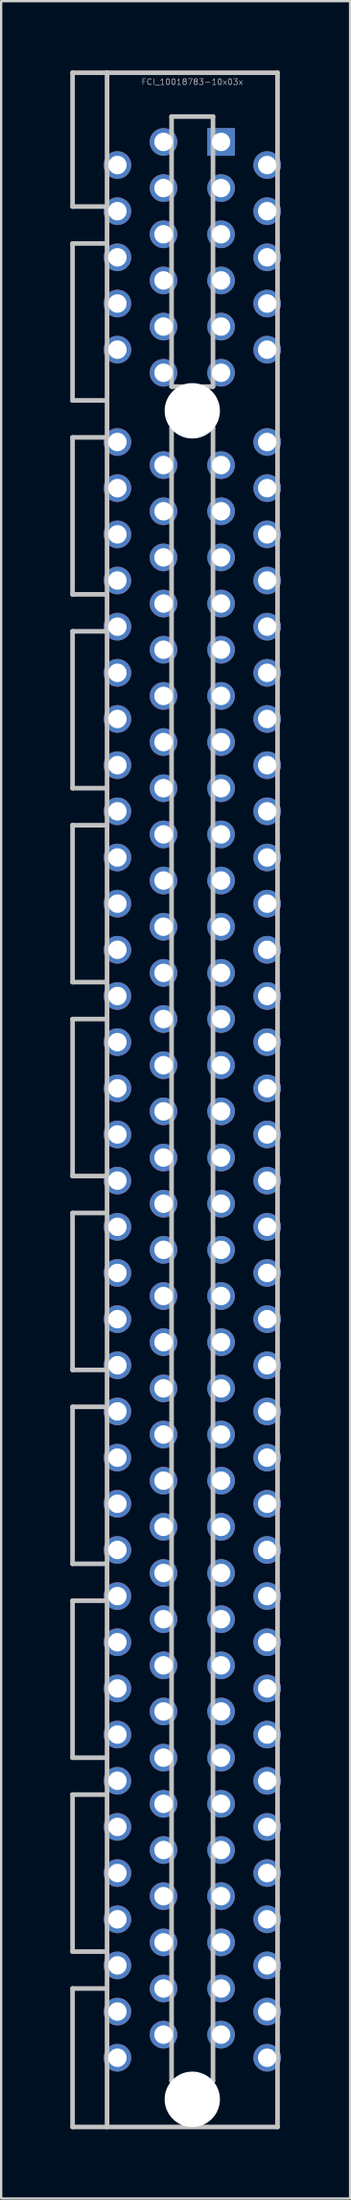
<source format=kicad_pcb>
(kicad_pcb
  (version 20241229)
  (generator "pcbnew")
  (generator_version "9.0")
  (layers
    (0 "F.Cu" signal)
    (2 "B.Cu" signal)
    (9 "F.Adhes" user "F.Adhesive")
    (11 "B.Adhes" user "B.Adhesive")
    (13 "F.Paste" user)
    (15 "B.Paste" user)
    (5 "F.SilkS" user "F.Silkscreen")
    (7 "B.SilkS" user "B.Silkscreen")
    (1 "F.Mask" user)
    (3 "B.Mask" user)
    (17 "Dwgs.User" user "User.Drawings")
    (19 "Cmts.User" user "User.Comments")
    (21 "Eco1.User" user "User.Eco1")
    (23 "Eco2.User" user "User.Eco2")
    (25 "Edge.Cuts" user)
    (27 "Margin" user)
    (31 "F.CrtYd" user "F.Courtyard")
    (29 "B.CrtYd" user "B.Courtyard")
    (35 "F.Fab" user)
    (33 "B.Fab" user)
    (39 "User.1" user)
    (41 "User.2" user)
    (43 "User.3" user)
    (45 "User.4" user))
  (footprint "FCI_10018783-10x03x"
    (layer "F.Cu")
    (at 5.299 12.599)
    (property "Reference" "FCI_10018783-10x03x" (at 0 -12.1 180) (layer "Dwgs.User") (effects (font (size 0.254 0.254) (thickness 0.025))))
    (attr through_hole)
    (fp_line (start -5.199 -6.701) (end -5.199 -12.499) (stroke (width 0.2) (type solid)) (layer "Dwgs.User"))
    (fp_line (start -5.199 -6.701) (end -3.701 -6.701) (stroke (width 0.2) (type solid)) (layer "Dwgs.User"))
    (fp_line (start -5.199 -5.098) (end -5.199 1.702) (stroke (width 0.2) (type solid)) (layer "Dwgs.User"))
    (fp_line (start -5.199 1.699) (end -3.701 1.699) (stroke (width 0.2) (type solid)) (layer "Dwgs.User"))
    (fp_line (start -5.199 3.302) (end -5.199 10.102) (stroke (width 0.2) (type solid)) (layer "Dwgs.User"))
    (fp_line (start -5.199 10.102) (end -3.701 10.102) (stroke (width 0.2) (type solid)) (layer "Dwgs.User"))
    (fp_line (start -5.199 11.702) (end -5.199 18.501) (stroke (width 0.2) (type solid)) (layer "Dwgs.User"))
    (fp_line (start -5.199 11.702) (end -3.701 11.702) (stroke (width 0.2) (type solid)) (layer "Dwgs.User"))
    (fp_line (start -5.199 18.499) (end -3.701 18.499) (stroke (width 0.2) (type solid)) (layer "Dwgs.User"))
    (fp_line (start -5.199 20.102) (end -5.199 26.901) (stroke (width 0.2) (type solid)) (layer "Dwgs.User"))
    (fp_line (start -5.199 26.901) (end -3.701 26.901) (stroke (width 0.2) (type solid)) (layer "Dwgs.User"))
    (fp_line (start -5.199 35.301) (end -3.701 35.301) (stroke (width 0.2) (type solid)) (layer "Dwgs.User"))
    (fp_line (start -5.199 36.901) (end -5.199 43.701) (stroke (width 0.2) (type solid)) (layer "Dwgs.User"))
    (fp_line (start -5.199 36.901) (end -3.701 36.901) (stroke (width 0.2) (type solid)) (layer "Dwgs.User"))
    (fp_line (start -5.199 43.701) (end -3.701 43.701) (stroke (width 0.2) (type solid)) (layer "Dwgs.User"))
    (fp_line (start -5.199 45.301) (end -3.701 45.301) (stroke (width 0.2) (type solid)) (layer "Dwgs.User"))
    (fp_line (start -5.199 52.1) (end -5.199 45.301) (stroke (width 0.2) (type solid)) (layer "Dwgs.User"))
    (fp_line (start -5.199 52.1) (end -3.701 52.1) (stroke (width 0.2) (type solid)) (layer "Dwgs.User"))
    (fp_line (start -5.199 53.701) (end -5.199 60.5) (stroke (width 0.2) (type solid)) (layer "Dwgs.User"))
    (fp_line (start -5.199 53.701) (end -3.701 53.701) (stroke (width 0.2) (type solid)) (layer "Dwgs.User"))
    (fp_line (start -5.199 60.5) (end -3.701 60.5) (stroke (width 0.2) (type solid)) (layer "Dwgs.User"))
    (fp_line (start -5.199 62.1) (end -3.701 62.1) (stroke (width 0.2) (type solid)) (layer "Dwgs.User"))
    (fp_line (start -5.199 68.9) (end -5.199 62.1) (stroke (width 0.2) (type solid)) (layer "Dwgs.User"))
    (fp_line (start -5.199 68.9) (end -3.701 68.9) (stroke (width 0.2) (type solid)) (layer "Dwgs.User"))
    (fp_line (start -5.199 70.5) (end -3.701 70.5) (stroke (width 0.2) (type solid)) (layer "Dwgs.User"))
    (fp_line (start -5.199 76.5) (end -5.199 70.5) (stroke (width 0.2) (type solid)) (layer "Dwgs.User"))
    (fp_line (start -5.197 28.501) (end -5.197 35.301) (stroke (width 0.2) (type solid)) (layer "Dwgs.User"))
    (fp_line (start -3.701 -12.499) (end -5.199 -12.499) (stroke (width 0.2) (type solid)) (layer "Dwgs.User"))
    (fp_line (start -3.701 -12.499) (end -3.701 76.5) (stroke (width 0.2) (type solid)) (layer "Dwgs.User"))
    (fp_line (start -3.701 -5.1) (end -5.199 -5.1) (stroke (width 0.2) (type solid)) (layer "Dwgs.User"))
    (fp_line (start -3.701 3.299) (end -5.199 3.299) (stroke (width 0.2) (type solid)) (layer "Dwgs.User"))
    (fp_line (start -3.701 20.102) (end -5.199 20.102) (stroke (width 0.2) (type solid)) (layer "Dwgs.User"))
    (fp_line (start -3.701 28.499) (end -5.199 28.499) (stroke (width 0.2) (type solid)) (layer "Dwgs.User"))
    (fp_line (start -0.899 1.1) (end -0.899 -10.599) (stroke (width 0.2) (type solid)) (layer "Dwgs.User"))
    (fp_line (start -0.899 1.1) (end 0.899 1.1) (stroke (width 0.2) (type solid)) (layer "Dwgs.User"))
    (fp_line (start -0.899 2.901) (end -0.899 74.501) (stroke (width 0.2) (type solid)) (layer "Dwgs.User"))
    (fp_line (start -0.899 2.901) (end 0.899 2.901) (stroke (width 0.2) (type solid)) (layer "Dwgs.User"))
    (fp_line (start 0.899 -10.599) (end -0.899 -10.599) (stroke (width 0.2) (type solid)) (layer "Dwgs.User"))
    (fp_line (start 0.899 -10.599) (end 0.899 1.1) (stroke (width 0.2) (type solid)) (layer "Dwgs.User"))
    (fp_line (start 0.899 74.501) (end 0.899 2.901) (stroke (width 0.2) (type solid)) (layer "Dwgs.User"))
    (fp_line (start 0.899 74.503) (end -0.899 74.503) (stroke (width 0.2) (type solid)) (layer "Dwgs.User"))
    (fp_line (start 3.701 -12.499) (end -3.701 -12.499) (stroke (width 0.2) (type solid)) (layer "Dwgs.User"))
    (fp_line (start 3.701 76.5) (end -5.199 76.5) (stroke (width 0.2) (type solid)) (layer "Dwgs.User"))
    (fp_line (start 3.701 76.5) (end 3.701 -12.499) (stroke (width 0.2) (type solid)) (layer "Dwgs.User"))
    (pad "" np_thru_hole circle (at 0 2.149 270) (size 2.4 2.4) (drill 2.4) (layers "*.Cu" "*.Mask"))
    (pad "" np_thru_hole circle (at 0 75.301 270) (size 2.4 2.4) (drill 2.4) (layers "*.Cu" "*.Mask"))
    (pad "A1" thru_hole rect (at 1.25 -9.5) (size 1.199 1.199) (drill 0.8) (layers "*.Cu" "*.Mask"))
    (pad "A2" thru_hole circle (at 3.251 -8.499 270) (size 1.199 1.199) (drill 0.8) (layers "*.Cu" "*.Mask"))
    (pad "A3" thru_hole circle (at 1.25 -7.501 270) (size 1.199 1.199) (drill 0.8) (layers "*.Cu" "*.Mask"))
    (pad "A4" thru_hole circle (at 3.251 -6.5 270) (size 1.199 1.199) (drill 0.8) (layers "*.Cu" "*.Mask"))
    (pad "A5" thru_hole circle (at 1.25 -5.499 270) (size 1.199 1.199) (drill 0.8) (layers "*.Cu" "*.Mask"))
    (pad "A6" thru_hole circle (at 3.251 -4.501 270) (size 1.199 1.199) (drill 0.8) (layers "*.Cu" "*.Mask"))
    (pad "A7" thru_hole circle (at 1.25 -3.5 270) (size 1.199 1.199) (drill 0.8) (layers "*.Cu" "*.Mask"))
    (pad "A8" thru_hole circle (at 3.251 -2.499 270) (size 1.199 1.199) (drill 0.8) (layers "*.Cu" "*.Mask"))
    (pad "A9" thru_hole circle (at 1.25 -1.501 270) (size 1.199 1.199) (drill 0.8) (layers "*.Cu" "*.Mask"))
    (pad "A10" thru_hole circle (at 3.251 -0.5 270) (size 1.199 1.199) (drill 0.8) (layers "*.Cu" "*.Mask"))
    (pad "A11" thru_hole circle (at 1.25 0.5 270) (size 1.199 1.199) (drill 0.8) (layers "*.Cu" "*.Mask"))
    (pad "A12" thru_hole circle (at 3.251 3.5 270) (size 1.199 1.199) (drill 0.8) (layers "*.Cu" "*.Mask"))
    (pad "A13" thru_hole circle (at 1.25 4.501 270) (size 1.199 1.199) (drill 0.8) (layers "*.Cu" "*.Mask"))
    (pad "A14" thru_hole circle (at 3.251 5.499 270) (size 1.199 1.199) (drill 0.8) (layers "*.Cu" "*.Mask"))
    (pad "A15" thru_hole circle (at 1.25 6.5 270) (size 1.199 1.199) (drill 0.8) (layers "*.Cu" "*.Mask"))
    (pad "A16" thru_hole circle (at 3.251 7.501 270) (size 1.199 1.199) (drill 0.8) (layers "*.Cu" "*.Mask"))
    (pad "A17" thru_hole circle (at 1.25 8.499 270) (size 1.199 1.199) (drill 0.8) (layers "*.Cu" "*.Mask"))
    (pad "A18" thru_hole circle (at 3.251 9.5 270) (size 1.199 1.199) (drill 0.8) (layers "*.Cu" "*.Mask"))
    (pad "A19" thru_hole circle (at 1.25 10.5 270) (size 1.199 1.199) (drill 0.8) (layers "*.Cu" "*.Mask"))
    (pad "A20" thru_hole circle (at 3.251 11.501 270) (size 1.199 1.199) (drill 0.8) (layers "*.Cu" "*.Mask"))
    (pad "A21" thru_hole circle (at 1.25 12.499 270) (size 1.199 1.199) (drill 0.8) (layers "*.Cu" "*.Mask"))
    (pad "A22" thru_hole circle (at 3.251 13.5 270) (size 1.199 1.199) (drill 0.8) (layers "*.Cu" "*.Mask"))
    (pad "A23" thru_hole circle (at 1.25 14.501 270) (size 1.199 1.199) (drill 0.8) (layers "*.Cu" "*.Mask"))
    (pad "A24" thru_hole circle (at 3.251 15.499 270) (size 1.199 1.199) (drill 0.8) (layers "*.Cu" "*.Mask"))
    (pad "A25" thru_hole circle (at 1.25 16.5 270) (size 1.199 1.199) (drill 0.8) (layers "*.Cu" "*.Mask"))
    (pad "A26" thru_hole circle (at 3.251 17.501 270) (size 1.199 1.199) (drill 0.8) (layers "*.Cu" "*.Mask"))
    (pad "A27" thru_hole circle (at 1.25 18.499 270) (size 1.199 1.199) (drill 0.8) (layers "*.Cu" "*.Mask"))
    (pad "A28" thru_hole circle (at 3.251 19.5 270) (size 1.199 1.199) (drill 0.8) (layers "*.Cu" "*.Mask"))
    (pad "A29" thru_hole circle (at 1.25 20.5 270) (size 1.199 1.199) (drill 0.8) (layers "*.Cu" "*.Mask"))
    (pad "A30" thru_hole circle (at 3.251 21.501 270) (size 1.199 1.199) (drill 0.8) (layers "*.Cu" "*.Mask"))
    (pad "A31" thru_hole circle (at 1.25 22.499 270) (size 1.199 1.199) (drill 0.8) (layers "*.Cu" "*.Mask"))
    (pad "A32" thru_hole circle (at 3.251 23.5 270) (size 1.199 1.199) (drill 0.8) (layers "*.Cu" "*.Mask"))
    (pad "A33" thru_hole circle (at 1.25 24.501 270) (size 1.199 1.199) (drill 0.8) (layers "*.Cu" "*.Mask"))
    (pad "A34" thru_hole circle (at 3.251 25.499 270) (size 1.199 1.199) (drill 0.8) (layers "*.Cu" "*.Mask"))
    (pad "A35" thru_hole circle (at 1.25 26.5 270) (size 1.199 1.199) (drill 0.8) (layers "*.Cu" "*.Mask"))
    (pad "A36" thru_hole circle (at 3.251 27.501 270) (size 1.199 1.199) (drill 0.8) (layers "*.Cu" "*.Mask"))
    (pad "A37" thru_hole circle (at 1.25 28.499 270) (size 1.199 1.199) (drill 0.8) (layers "*.Cu" "*.Mask"))
    (pad "A38" thru_hole circle (at 3.251 29.5 270) (size 1.199 1.199) (drill 0.8) (layers "*.Cu" "*.Mask"))
    (pad "A39" thru_hole circle (at 1.25 30.5 270) (size 1.199 1.199) (drill 0.8) (layers "*.Cu" "*.Mask"))
    (pad "A40" thru_hole circle (at 3.251 31.501 270) (size 1.199 1.199) (drill 0.8) (layers "*.Cu" "*.Mask"))
    (pad "A41" thru_hole circle (at 1.25 32.499 270) (size 1.199 1.199) (drill 0.8) (layers "*.Cu" "*.Mask"))
    (pad "A42" thru_hole circle (at 3.251 33.5 270) (size 1.199 1.199) (drill 0.8) (layers "*.Cu" "*.Mask"))
    (pad "A43" thru_hole circle (at 1.25 34.501 270) (size 1.199 1.199) (drill 0.8) (layers "*.Cu" "*.Mask"))
    (pad "A44" thru_hole circle (at 3.251 35.499 270) (size 1.199 1.199) (drill 0.8) (layers "*.Cu" "*.Mask"))
    (pad "A45" thru_hole circle (at 1.25 36.5 270) (size 1.199 1.199) (drill 0.8) (layers "*.Cu" "*.Mask"))
    (pad "A46" thru_hole circle (at 3.251 37.501 270) (size 1.199 1.199) (drill 0.8) (layers "*.Cu" "*.Mask"))
    (pad "A47" thru_hole circle (at 1.25 38.499 270) (size 1.199 1.199) (drill 0.8) (layers "*.Cu" "*.Mask"))
    (pad "A48" thru_hole circle (at 3.251 39.5 270) (size 1.199 1.199) (drill 0.8) (layers "*.Cu" "*.Mask"))
    (pad "A49" thru_hole circle (at 1.25 40.5 270) (size 1.199 1.199) (drill 0.8) (layers "*.Cu" "*.Mask"))
    (pad "A50" thru_hole circle (at 3.251 41.501 270) (size 1.199 1.199) (drill 0.8) (layers "*.Cu" "*.Mask"))
    (pad "A51" thru_hole circle (at 1.25 42.499 270) (size 1.199 1.199) (drill 0.8) (layers "*.Cu" "*.Mask"))
    (pad "A52" thru_hole circle (at 3.251 43.5 270) (size 1.199 1.199) (drill 0.8) (layers "*.Cu" "*.Mask"))
    (pad "A53" thru_hole circle (at 1.25 44.501 270) (size 1.199 1.199) (drill 0.8) (layers "*.Cu" "*.Mask"))
    (pad "A54" thru_hole circle (at 3.251 45.499 270) (size 1.199 1.199) (drill 0.8) (layers "*.Cu" "*.Mask"))
    (pad "A55" thru_hole circle (at 1.25 46.5 270) (size 1.199 1.199) (drill 0.8) (layers "*.Cu" "*.Mask"))
    (pad "A56" thru_hole circle (at 3.251 47.501 270) (size 1.199 1.199) (drill 0.8) (layers "*.Cu" "*.Mask"))
    (pad "A57" thru_hole circle (at 1.25 48.499 270) (size 1.199 1.199) (drill 0.8) (layers "*.Cu" "*.Mask"))
    (pad "A58" thru_hole circle (at 3.251 49.5 270) (size 1.199 1.199) (drill 0.8) (layers "*.Cu" "*.Mask"))
    (pad "A59" thru_hole circle (at 1.25 50.5 270) (size 1.199 1.199) (drill 0.8) (layers "*.Cu" "*.Mask"))
    (pad "A60" thru_hole circle (at 3.251 51.501 270) (size 1.199 1.199) (drill 0.8) (layers "*.Cu" "*.Mask"))
    (pad "A61" thru_hole circle (at 1.25 52.499 270) (size 1.199 1.199) (drill 0.8) (layers "*.Cu" "*.Mask"))
    (pad "A62" thru_hole circle (at 3.251 53.5 270) (size 1.199 1.199) (drill 0.8) (layers "*.Cu" "*.Mask"))
    (pad "A63" thru_hole circle (at 1.25 54.501 270) (size 1.199 1.199) (drill 0.8) (layers "*.Cu" "*.Mask"))
    (pad "A64" thru_hole circle (at 3.251 55.499 270) (size 1.199 1.199) (drill 0.8) (layers "*.Cu" "*.Mask"))
    (pad "A65" thru_hole circle (at 1.25 56.5 270) (size 1.199 1.199) (drill 0.8) (layers "*.Cu" "*.Mask"))
    (pad "A66" thru_hole circle (at 3.251 57.501 270) (size 1.199 1.199) (drill 0.8) (layers "*.Cu" "*.Mask"))
    (pad "A67" thru_hole circle (at 1.25 58.499 270) (size 1.199 1.199) (drill 0.8) (layers "*.Cu" "*.Mask"))
    (pad "A68" thru_hole circle (at 3.251 59.499 270) (size 1.199 1.199) (drill 0.8) (layers "*.Cu" "*.Mask"))
    (pad "A69" thru_hole circle (at 1.25 60.5 270) (size 1.199 1.199) (drill 0.8) (layers "*.Cu" "*.Mask"))
    (pad "A70" thru_hole circle (at 3.251 61.501 270) (size 1.199 1.199) (drill 0.8) (layers "*.Cu" "*.Mask"))
    (pad "A71" thru_hole circle (at 1.25 62.499 270) (size 1.199 1.199) (drill 0.8) (layers "*.Cu" "*.Mask"))
    (pad "A72" thru_hole circle (at 3.251 63.5 270) (size 1.199 1.199) (drill 0.8) (layers "*.Cu" "*.Mask"))
    (pad "A73" thru_hole circle (at 1.25 64.501 270) (size 1.199 1.199) (drill 0.8) (layers "*.Cu" "*.Mask"))
    (pad "A74" thru_hole circle (at 3.251 65.499 270) (size 1.199 1.199) (drill 0.8) (layers "*.Cu" "*.Mask"))
    (pad "A75" thru_hole circle (at 1.25 66.5 270) (size 1.199 1.199) (drill 0.8) (layers "*.Cu" "*.Mask"))
    (pad "A76" thru_hole circle (at 3.251 67.501 270) (size 1.199 1.199) (drill 0.8) (layers "*.Cu" "*.Mask"))
    (pad "A77" thru_hole circle (at 1.25 68.501 270) (size 1.199 1.199) (drill 0.8) (layers "*.Cu" "*.Mask"))
    (pad "A78" thru_hole circle (at 3.251 69.499 270) (size 1.199 1.199) (drill 0.8) (layers "*.Cu" "*.Mask"))
    (pad "A79" thru_hole circle (at 1.25 70.5 270) (size 1.199 1.199) (drill 0.8) (layers "*.Cu" "*.Mask"))
    (pad "A80" thru_hole circle (at 3.251 71.501 270) (size 1.199 1.199) (drill 0.8) (layers "*.Cu" "*.Mask"))
    (pad "A81" thru_hole circle (at 1.25 72.499 270) (size 1.199 1.199) (drill 0.8) (layers "*.Cu" "*.Mask"))
    (pad "A82" thru_hole circle (at 3.251 73.5 270) (size 1.199 1.199) (drill 0.8) (layers "*.Cu" "*.Mask"))
    (pad "B1" thru_hole circle (at -1.25 -9.5 270) (size 1.199 1.199) (drill 0.8) (layers "*.Cu" "*.Mask"))
    (pad "B2" thru_hole circle (at -3.251 -8.499 270) (size 1.199 1.199) (drill 0.8) (layers "*.Cu" "*.Mask"))
    (pad "B3" thru_hole circle (at -1.25 -7.501 270) (size 1.199 1.199) (drill 0.8) (layers "*.Cu" "*.Mask"))
    (pad "B4" thru_hole circle (at -3.251 -6.5 270) (size 1.199 1.199) (drill 0.8) (layers "*.Cu" "*.Mask"))
    (pad "B5" thru_hole circle (at -1.25 -5.499 270) (size 1.199 1.199) (drill 0.8) (layers "*.Cu" "*.Mask"))
    (pad "B6" thru_hole circle (at -3.251 -4.501 270) (size 1.199 1.199) (drill 0.8) (layers "*.Cu" "*.Mask"))
    (pad "B7" thru_hole circle (at -1.25 -3.5 270) (size 1.199 1.199) (drill 0.8) (layers "*.Cu" "*.Mask"))
    (pad "B8" thru_hole circle (at -3.251 -2.499 270) (size 1.199 1.199) (drill 0.8) (layers "*.Cu" "*.Mask"))
    (pad "B9" thru_hole circle (at -1.25 -1.501 270) (size 1.199 1.199) (drill 0.8) (layers "*.Cu" "*.Mask"))
    (pad "B10" thru_hole circle (at -3.251 -0.5 270) (size 1.199 1.199) (drill 0.8) (layers "*.Cu" "*.Mask"))
    (pad "B11" thru_hole circle (at -1.25 0.5 270) (size 1.199 1.199) (drill 0.8) (layers "*.Cu" "*.Mask"))
    (pad "B12" thru_hole circle (at -3.251 3.5 270) (size 1.199 1.199) (drill 0.8) (layers "*.Cu" "*.Mask"))
    (pad "B13" thru_hole circle (at -1.25 4.501 270) (size 1.199 1.199) (drill 0.8) (layers "*.Cu" "*.Mask"))
    (pad "B14" thru_hole circle (at -3.251 5.499 270) (size 1.199 1.199) (drill 0.8) (layers "*.Cu" "*.Mask"))
    (pad "B15" thru_hole circle (at -1.25 6.5 270) (size 1.199 1.199) (drill 0.8) (layers "*.Cu" "*.Mask"))
    (pad "B16" thru_hole circle (at -3.251 7.501 270) (size 1.199 1.199) (drill 0.8) (layers "*.Cu" "*.Mask"))
    (pad "B17" thru_hole circle (at -1.25 8.499 270) (size 1.199 1.199) (drill 0.8) (layers "*.Cu" "*.Mask"))
    (pad "B18" thru_hole circle (at -3.251 9.5 270) (size 1.199 1.199) (drill 0.8) (layers "*.Cu" "*.Mask"))
    (pad "B19" thru_hole circle (at -1.25 10.5 270) (size 1.199 1.199) (drill 0.8) (layers "*.Cu" "*.Mask"))
    (pad "B20" thru_hole circle (at -3.251 11.501 270) (size 1.199 1.199) (drill 0.8) (layers "*.Cu" "*.Mask"))
    (pad "B21" thru_hole circle (at -1.25 12.499 270) (size 1.199 1.199) (drill 0.8) (layers "*.Cu" "*.Mask"))
    (pad "B22" thru_hole circle (at -3.251 13.5 270) (size 1.199 1.199) (drill 0.8) (layers "*.Cu" "*.Mask"))
    (pad "B23" thru_hole circle (at -1.25 14.501 270) (size 1.199 1.199) (drill 0.8) (layers "*.Cu" "*.Mask"))
    (pad "B24" thru_hole circle (at -3.251 15.499 270) (size 1.199 1.199) (drill 0.8) (layers "*.Cu" "*.Mask"))
    (pad "B25" thru_hole circle (at -1.25 16.5 270) (size 1.199 1.199) (drill 0.8) (layers "*.Cu" "*.Mask"))
    (pad "B26" thru_hole circle (at -3.251 17.501 270) (size 1.199 1.199) (drill 0.8) (layers "*.Cu" "*.Mask"))
    (pad "B27" thru_hole circle (at -1.25 18.499 270) (size 1.199 1.199) (drill 0.8) (layers "*.Cu" "*.Mask"))
    (pad "B28" thru_hole circle (at -3.251 19.5 270) (size 1.199 1.199) (drill 0.8) (layers "*.Cu" "*.Mask"))
    (pad "B29" thru_hole circle (at -1.25 20.5 270) (size 1.199 1.199) (drill 0.8) (layers "*.Cu" "*.Mask"))
    (pad "B30" thru_hole circle (at -3.251 21.501 270) (size 1.199 1.199) (drill 0.8) (layers "*.Cu" "*.Mask"))
    (pad "B31" thru_hole circle (at -1.25 22.499 270) (size 1.199 1.199) (drill 0.8) (layers "*.Cu" "*.Mask"))
    (pad "B32" thru_hole circle (at -3.251 23.5 270) (size 1.199 1.199) (drill 0.8) (layers "*.Cu" "*.Mask"))
    (pad "B33" thru_hole circle (at -1.25 24.501 270) (size 1.199 1.199) (drill 0.8) (layers "*.Cu" "*.Mask"))
    (pad "B34" thru_hole circle (at -3.251 25.499 270) (size 1.199 1.199) (drill 0.8) (layers "*.Cu" "*.Mask"))
    (pad "B35" thru_hole circle (at -1.25 26.5 270) (size 1.199 1.199) (drill 0.8) (layers "*.Cu" "*.Mask"))
    (pad "B36" thru_hole circle (at -3.251 27.501 270) (size 1.199 1.199) (drill 0.8) (layers "*.Cu" "*.Mask"))
    (pad "B37" thru_hole circle (at -1.25 28.499 270) (size 1.199 1.199) (drill 0.8) (layers "*.Cu" "*.Mask"))
    (pad "B38" thru_hole circle (at -3.251 29.5 270) (size 1.199 1.199) (drill 0.8) (layers "*.Cu" "*.Mask"))
    (pad "B39" thru_hole circle (at -1.25 30.5 270) (size 1.199 1.199) (drill 0.8) (layers "*.Cu" "*.Mask"))
    (pad "B40" thru_hole circle (at -3.251 31.501 270) (size 1.199 1.199) (drill 0.8) (layers "*.Cu" "*.Mask"))
    (pad "B41" thru_hole circle (at -1.25 32.499 270) (size 1.199 1.199) (drill 0.8) (layers "*.Cu" "*.Mask"))
    (pad "B42" thru_hole circle (at -3.251 33.5 270) (size 1.199 1.199) (drill 0.8) (layers "*.Cu" "*.Mask"))
    (pad "B43" thru_hole circle (at -1.25 34.501 270) (size 1.199 1.199) (drill 0.8) (layers "*.Cu" "*.Mask"))
    (pad "B44" thru_hole circle (at -3.251 35.499 270) (size 1.199 1.199) (drill 0.8) (layers "*.Cu" "*.Mask"))
    (pad "B45" thru_hole circle (at -1.25 36.5 270) (size 1.199 1.199) (drill 0.8) (layers "*.Cu" "*.Mask"))
    (pad "B46" thru_hole circle (at -3.251 37.501 270) (size 1.199 1.199) (drill 0.8) (layers "*.Cu" "*.Mask"))
    (pad "B47" thru_hole circle (at -1.25 38.499 270) (size 1.199 1.199) (drill 0.8) (layers "*.Cu" "*.Mask"))
    (pad "B48" thru_hole circle (at -3.251 39.5 270) (size 1.199 1.199) (drill 0.8) (layers "*.Cu" "*.Mask"))
    (pad "B49" thru_hole circle (at -1.25 40.5 270) (size 1.199 1.199) (drill 0.8) (layers "*.Cu" "*.Mask"))
    (pad "B50" thru_hole circle (at -3.251 41.501 270) (size 1.199 1.199) (drill 0.8) (layers "*.Cu" "*.Mask"))
    (pad "B51" thru_hole circle (at -1.25 42.499 270) (size 1.199 1.199) (drill 0.8) (layers "*.Cu" "*.Mask"))
    (pad "B52" thru_hole circle (at -3.251 43.5 270) (size 1.199 1.199) (drill 0.8) (layers "*.Cu" "*.Mask"))
    (pad "B53" thru_hole circle (at -1.25 44.501 270) (size 1.199 1.199) (drill 0.8) (layers "*.Cu" "*.Mask"))
    (pad "B54" thru_hole circle (at -3.251 45.499 270) (size 1.199 1.199) (drill 0.8) (layers "*.Cu" "*.Mask"))
    (pad "B55" thru_hole circle (at -1.25 46.5 270) (size 1.199 1.199) (drill 0.8) (layers "*.Cu" "*.Mask"))
    (pad "B56" thru_hole circle (at -3.251 47.501 270) (size 1.199 1.199) (drill 0.8) (layers "*.Cu" "*.Mask"))
    (pad "B57" thru_hole circle (at -1.25 48.499 270) (size 1.199 1.199) (drill 0.8) (layers "*.Cu" "*.Mask"))
    (pad "B58" thru_hole circle (at -3.251 49.5 270) (size 1.199 1.199) (drill 0.8) (layers "*.Cu" "*.Mask"))
    (pad "B59" thru_hole circle (at -1.25 50.5 270) (size 1.199 1.199) (drill 0.8) (layers "*.Cu" "*.Mask"))
    (pad "B60" thru_hole circle (at -3.251 51.501 270) (size 1.199 1.199) (drill 0.8) (layers "*.Cu" "*.Mask"))
    (pad "B61" thru_hole circle (at -1.25 52.499 270) (size 1.199 1.199) (drill 0.8) (layers "*.Cu" "*.Mask"))
    (pad "B62" thru_hole circle (at -3.251 53.5 270) (size 1.199 1.199) (drill 0.8) (layers "*.Cu" "*.Mask"))
    (pad "B63" thru_hole circle (at -1.25 54.501 270) (size 1.199 1.199) (drill 0.8) (layers "*.Cu" "*.Mask"))
    (pad "B64" thru_hole circle (at -3.251 55.499 270) (size 1.199 1.199) (drill 0.8) (layers "*.Cu" "*.Mask"))
    (pad "B65" thru_hole circle (at -1.25 56.5 270) (size 1.199 1.199) (drill 0.8) (layers "*.Cu" "*.Mask"))
    (pad "B66" thru_hole circle (at -3.251 57.501 270) (size 1.199 1.199) (drill 0.8) (layers "*.Cu" "*.Mask"))
    (pad "B67" thru_hole circle (at -1.25 58.499 270) (size 1.199 1.199) (drill 0.8) (layers "*.Cu" "*.Mask"))
    (pad "B68" thru_hole circle (at -3.251 59.499 270) (size 1.199 1.199) (drill 0.8) (layers "*.Cu" "*.Mask"))
    (pad "B69" thru_hole circle (at -1.25 60.5 270) (size 1.199 1.199) (drill 0.8) (layers "*.Cu" "*.Mask"))
    (pad "B70" thru_hole circle (at -3.251 61.501 270) (size 1.199 1.199) (drill 0.8) (layers "*.Cu" "*.Mask"))
    (pad "B71" thru_hole circle (at -1.25 62.499 270) (size 1.199 1.199) (drill 0.8) (layers "*.Cu" "*.Mask"))
    (pad "B72" thru_hole circle (at -3.251 63.5 270) (size 1.199 1.199) (drill 0.8) (layers "*.Cu" "*.Mask"))
    (pad "B73" thru_hole circle (at -1.25 64.501 270) (size 1.199 1.199) (drill 0.8) (layers "*.Cu" "*.Mask"))
    (pad "B74" thru_hole circle (at -3.251 65.499 270) (size 1.199 1.199) (drill 0.8) (layers "*.Cu" "*.Mask"))
    (pad "B75" thru_hole circle (at -1.25 66.5 270) (size 1.199 1.199) (drill 0.8) (layers "*.Cu" "*.Mask"))
    (pad "B76" thru_hole circle (at -3.251 67.501 270) (size 1.199 1.199) (drill 0.8) (layers "*.Cu" "*.Mask"))
    (pad "B77" thru_hole circle (at -1.25 68.501 270) (size 1.199 1.199) (drill 0.8) (layers "*.Cu" "*.Mask"))
    (pad "B78" thru_hole circle (at -3.251 69.499 270) (size 1.199 1.199) (drill 0.8) (layers "*.Cu" "*.Mask"))
    (pad "B79" thru_hole circle (at -1.25 70.5 270) (size 1.199 1.199) (drill 0.8) (layers "*.Cu" "*.Mask"))
    (pad "B80" thru_hole circle (at -3.251 71.501 270) (size 1.199 1.199) (drill 0.8) (layers "*.Cu" "*.Mask"))
    (pad "B81" thru_hole circle (at -1.25 72.499 270) (size 1.199 1.199) (drill 0.8) (layers "*.Cu" "*.Mask"))
    (pad "B82" thru_hole circle (at -3.251 73.5 270) (size 1.199 1.199) (drill 0.8) (layers "*.Cu" "*.Mask")))
  (gr_rect
    (start -3 -3)
    (end 12.15 92.199)
    (stroke (width 0.1) (type default))
    (fill no)
    (layer "Edge.Cuts")))
</source>
